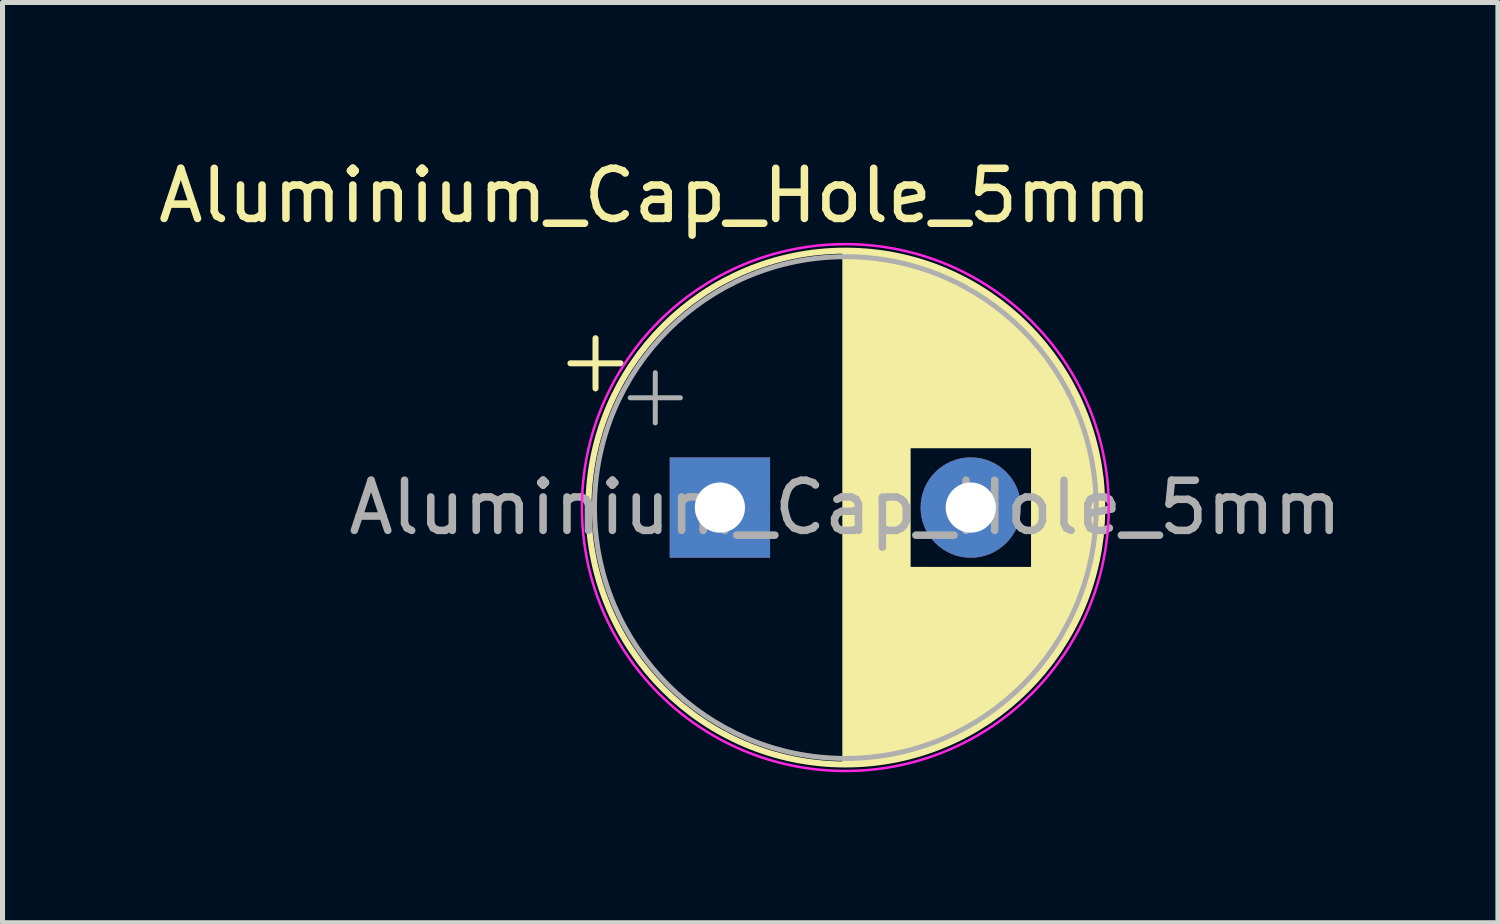
<source format=kicad_pcb>
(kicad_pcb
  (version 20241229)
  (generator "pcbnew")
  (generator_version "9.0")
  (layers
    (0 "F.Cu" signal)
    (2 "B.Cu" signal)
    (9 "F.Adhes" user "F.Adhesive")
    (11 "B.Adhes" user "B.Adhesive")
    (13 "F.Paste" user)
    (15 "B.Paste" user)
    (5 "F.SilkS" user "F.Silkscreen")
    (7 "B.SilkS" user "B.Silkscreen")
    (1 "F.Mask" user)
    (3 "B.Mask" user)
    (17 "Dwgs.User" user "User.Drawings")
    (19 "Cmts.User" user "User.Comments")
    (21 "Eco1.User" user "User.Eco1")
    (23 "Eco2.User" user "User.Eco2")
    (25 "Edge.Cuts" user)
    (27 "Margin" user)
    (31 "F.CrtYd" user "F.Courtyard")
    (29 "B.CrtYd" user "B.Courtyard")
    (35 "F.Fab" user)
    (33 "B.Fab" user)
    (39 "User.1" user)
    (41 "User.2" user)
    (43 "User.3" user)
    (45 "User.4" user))
  (footprint "Aluminium_Cap_Hole_5mm"
    (layer "F.Cu")
    (at 13.74 7.097)
    (property "Reference" "Aluminium_Cap_Hole_5mm" (at -3.734 -6.248 0) (layer "F.SilkS") (effects (font (size 1 1) (thickness 0.15))))
    (attr through_hole)
    (fp_line (start -5.421 -2.906) (end -4.421 -2.906) (stroke (width 0.12) (type solid)) (layer "F.SilkS"))
    (fp_line (start -4.921 -3.406) (end -4.921 -2.406) (stroke (width 0.12) (type solid)) (layer "F.SilkS"))
    (fp_line (start 0.058 -5.111) (end 0.058 5.049) (stroke (width 0.12) (type solid)) (layer "F.SilkS"))
    (fp_line (start 0.098 -5.111) (end 0.098 5.049) (stroke (width 0.12) (type solid)) (layer "F.SilkS"))
    (fp_line (start 0.138 -5.111) (end 0.138 5.049) (stroke (width 0.12) (type solid)) (layer "F.SilkS"))
    (fp_line (start 0.178 -5.11) (end 0.178 5.048) (stroke (width 0.12) (type solid)) (layer "F.SilkS"))
    (fp_line (start 0.218 -5.109) (end 0.218 5.047) (stroke (width 0.12) (type solid)) (layer "F.SilkS"))
    (fp_line (start 0.258 -5.108) (end 0.258 5.046) (stroke (width 0.12) (type solid)) (layer "F.SilkS"))
    (fp_line (start 0.298 -5.106) (end 0.298 5.044) (stroke (width 0.12) (type solid)) (layer "F.SilkS"))
    (fp_line (start 0.338 -5.104) (end 0.338 5.042) (stroke (width 0.12) (type solid)) (layer "F.SilkS"))
    (fp_line (start 0.378 -5.101) (end 0.378 5.039) (stroke (width 0.12) (type solid)) (layer "F.SilkS"))
    (fp_line (start 0.418 -5.099) (end 0.418 5.037) (stroke (width 0.12) (type solid)) (layer "F.SilkS"))
    (fp_line (start 0.458 -5.096) (end 0.458 5.034) (stroke (width 0.12) (type solid)) (layer "F.SilkS"))
    (fp_line (start 0.498 -5.093) (end 0.498 5.031) (stroke (width 0.12) (type solid)) (layer "F.SilkS"))
    (fp_line (start 0.538 -5.089) (end 0.538 5.027) (stroke (width 0.12) (type solid)) (layer "F.SilkS"))
    (fp_line (start 0.578 -5.085) (end 0.578 5.023) (stroke (width 0.12) (type solid)) (layer "F.SilkS"))
    (fp_line (start 0.618 -5.081) (end 0.618 5.019) (stroke (width 0.12) (type solid)) (layer "F.SilkS"))
    (fp_line (start 0.658 -5.076) (end 0.658 5.014) (stroke (width 0.12) (type solid)) (layer "F.SilkS"))
    (fp_line (start 0.698 -5.071) (end 0.698 5.009) (stroke (width 0.12) (type solid)) (layer "F.SilkS"))
    (fp_line (start 0.738 -5.066) (end 0.738 5.004) (stroke (width 0.12) (type solid)) (layer "F.SilkS"))
    (fp_line (start 0.779 -5.061) (end 0.779 4.999) (stroke (width 0.12) (type solid)) (layer "F.SilkS"))
    (fp_line (start 0.819 -5.055) (end 0.819 4.993) (stroke (width 0.12) (type solid)) (layer "F.SilkS"))
    (fp_line (start 0.859 -5.049) (end 0.859 4.987) (stroke (width 0.12) (type solid)) (layer "F.SilkS"))
    (fp_line (start 0.899 -5.042) (end 0.899 4.98) (stroke (width 0.12) (type solid)) (layer "F.SilkS"))
    (fp_line (start 0.939 -5.035) (end 0.939 4.973) (stroke (width 0.12) (type solid)) (layer "F.SilkS"))
    (fp_line (start 0.979 -5.028) (end 0.979 4.966) (stroke (width 0.12) (type solid)) (layer "F.SilkS"))
    (fp_line (start 1.019 -5.021) (end 1.019 4.959) (stroke (width 0.12) (type solid)) (layer "F.SilkS"))
    (fp_line (start 1.059 -5.013) (end 1.059 4.951) (stroke (width 0.12) (type solid)) (layer "F.SilkS"))
    (fp_line (start 1.099 -5.005) (end 1.099 4.943) (stroke (width 0.12) (type solid)) (layer "F.SilkS"))
    (fp_line (start 1.139 -4.996) (end 1.139 4.934) (stroke (width 0.12) (type solid)) (layer "F.SilkS"))
    (fp_line (start 1.179 -4.987) (end 1.179 4.925) (stroke (width 0.12) (type solid)) (layer "F.SilkS"))
    (fp_line (start 1.219 -4.978) (end 1.219 4.916) (stroke (width 0.12) (type solid)) (layer "F.SilkS"))
    (fp_line (start 1.259 -4.969) (end 1.259 4.907) (stroke (width 0.12) (type solid)) (layer "F.SilkS"))
    (fp_line (start 1.299 -4.959) (end 1.299 4.897) (stroke (width 0.12) (type solid)) (layer "F.SilkS"))
    (fp_line (start 1.339 -4.949) (end 1.339 -1.272) (stroke (width 0.12) (type solid)) (layer "F.SilkS"))
    (fp_line (start 1.339 1.21) (end 1.339 4.887) (stroke (width 0.12) (type solid)) (layer "F.SilkS"))
    (fp_line (start 1.379 -4.938) (end 1.379 -1.272) (stroke (width 0.12) (type solid)) (layer "F.SilkS"))
    (fp_line (start 1.379 1.21) (end 1.379 4.876) (stroke (width 0.12) (type solid)) (layer "F.SilkS"))
    (fp_line (start 1.419 -4.928) (end 1.419 -1.272) (stroke (width 0.12) (type solid)) (layer "F.SilkS"))
    (fp_line (start 1.419 1.21) (end 1.419 4.866) (stroke (width 0.12) (type solid)) (layer "F.SilkS"))
    (fp_line (start 1.459 -4.916) (end 1.459 -1.272) (stroke (width 0.12) (type solid)) (layer "F.SilkS"))
    (fp_line (start 1.459 1.21) (end 1.459 4.854) (stroke (width 0.12) (type solid)) (layer "F.SilkS"))
    (fp_line (start 1.499 -4.905) (end 1.499 -1.272) (stroke (width 0.12) (type solid)) (layer "F.SilkS"))
    (fp_line (start 1.499 1.21) (end 1.499 4.843) (stroke (width 0.12) (type solid)) (layer "F.SilkS"))
    (fp_line (start 1.539 -4.893) (end 1.539 -1.272) (stroke (width 0.12) (type solid)) (layer "F.SilkS"))
    (fp_line (start 1.539 1.21) (end 1.539 4.831) (stroke (width 0.12) (type solid)) (layer "F.SilkS"))
    (fp_line (start 1.579 -4.881) (end 1.579 -1.272) (stroke (width 0.12) (type solid)) (layer "F.SilkS"))
    (fp_line (start 1.579 1.21) (end 1.579 4.819) (stroke (width 0.12) (type solid)) (layer "F.SilkS"))
    (fp_line (start 1.619 -4.868) (end 1.619 -1.272) (stroke (width 0.12) (type solid)) (layer "F.SilkS"))
    (fp_line (start 1.619 1.21) (end 1.619 4.806) (stroke (width 0.12) (type solid)) (layer "F.SilkS"))
    (fp_line (start 1.659 -4.855) (end 1.659 -1.272) (stroke (width 0.12) (type solid)) (layer "F.SilkS"))
    (fp_line (start 1.659 1.21) (end 1.659 4.793) (stroke (width 0.12) (type solid)) (layer "F.SilkS"))
    (fp_line (start 1.699 -4.842) (end 1.699 -1.272) (stroke (width 0.12) (type solid)) (layer "F.SilkS"))
    (fp_line (start 1.699 1.21) (end 1.699 4.78) (stroke (width 0.12) (type solid)) (layer "F.SilkS"))
    (fp_line (start 1.739 -4.828) (end 1.739 -1.272) (stroke (width 0.12) (type solid)) (layer "F.SilkS"))
    (fp_line (start 1.739 1.21) (end 1.739 4.766) (stroke (width 0.12) (type solid)) (layer "F.SilkS"))
    (fp_line (start 1.779 -4.814) (end 1.779 -1.272) (stroke (width 0.12) (type solid)) (layer "F.SilkS"))
    (fp_line (start 1.779 1.21) (end 1.779 4.752) (stroke (width 0.12) (type solid)) (layer "F.SilkS"))
    (fp_line (start 1.819 -4.799) (end 1.819 -1.272) (stroke (width 0.12) (type solid)) (layer "F.SilkS"))
    (fp_line (start 1.819 1.21) (end 1.819 4.737) (stroke (width 0.12) (type solid)) (layer "F.SilkS"))
    (fp_line (start 1.859 -4.785) (end 1.859 -1.272) (stroke (width 0.12) (type solid)) (layer "F.SilkS"))
    (fp_line (start 1.859 1.21) (end 1.859 4.723) (stroke (width 0.12) (type solid)) (layer "F.SilkS"))
    (fp_line (start 1.899 -4.769) (end 1.899 -1.272) (stroke (width 0.12) (type solid)) (layer "F.SilkS"))
    (fp_line (start 1.899 1.21) (end 1.899 4.707) (stroke (width 0.12) (type solid)) (layer "F.SilkS"))
    (fp_line (start 1.939 -4.754) (end 1.939 -1.272) (stroke (width 0.12) (type solid)) (layer "F.SilkS"))
    (fp_line (start 1.939 1.21) (end 1.939 4.692) (stroke (width 0.12) (type solid)) (layer "F.SilkS"))
    (fp_line (start 1.979 -4.738) (end 1.979 -1.272) (stroke (width 0.12) (type solid)) (layer "F.SilkS"))
    (fp_line (start 1.979 1.21) (end 1.979 4.676) (stroke (width 0.12) (type solid)) (layer "F.SilkS"))
    (fp_line (start 2.019 -4.721) (end 2.019 -1.272) (stroke (width 0.12) (type solid)) (layer "F.SilkS"))
    (fp_line (start 2.019 1.21) (end 2.019 4.659) (stroke (width 0.12) (type solid)) (layer "F.SilkS"))
    (fp_line (start 2.059 -4.705) (end 2.059 -1.272) (stroke (width 0.12) (type solid)) (layer "F.SilkS"))
    (fp_line (start 2.059 1.21) (end 2.059 4.643) (stroke (width 0.12) (type solid)) (layer "F.SilkS"))
    (fp_line (start 2.099 -4.688) (end 2.099 -1.272) (stroke (width 0.12) (type solid)) (layer "F.SilkS"))
    (fp_line (start 2.099 1.21) (end 2.099 4.626) (stroke (width 0.12) (type solid)) (layer "F.SilkS"))
    (fp_line (start 2.139 -4.67) (end 2.139 -1.272) (stroke (width 0.12) (type solid)) (layer "F.SilkS"))
    (fp_line (start 2.139 1.21) (end 2.139 4.608) (stroke (width 0.12) (type solid)) (layer "F.SilkS"))
    (fp_line (start 2.179 -4.652) (end 2.179 -1.272) (stroke (width 0.12) (type solid)) (layer "F.SilkS"))
    (fp_line (start 2.179 1.21) (end 2.179 4.59) (stroke (width 0.12) (type solid)) (layer "F.SilkS"))
    (fp_line (start 2.219 -4.634) (end 2.219 -1.272) (stroke (width 0.12) (type solid)) (layer "F.SilkS"))
    (fp_line (start 2.219 1.21) (end 2.219 4.572) (stroke (width 0.12) (type solid)) (layer "F.SilkS"))
    (fp_line (start 2.259 -4.615) (end 2.259 -1.272) (stroke (width 0.12) (type solid)) (layer "F.SilkS"))
    (fp_line (start 2.259 1.21) (end 2.259 4.553) (stroke (width 0.12) (type solid)) (layer "F.SilkS"))
    (fp_line (start 2.299 -4.595) (end 2.299 -1.272) (stroke (width 0.12) (type solid)) (layer "F.SilkS"))
    (fp_line (start 2.299 1.21) (end 2.299 4.533) (stroke (width 0.12) (type solid)) (layer "F.SilkS"))
    (fp_line (start 2.339 -4.576) (end 2.339 -1.272) (stroke (width 0.12) (type solid)) (layer "F.SilkS"))
    (fp_line (start 2.339 1.21) (end 2.339 4.514) (stroke (width 0.12) (type solid)) (layer "F.SilkS"))
    (fp_line (start 2.379 -4.556) (end 2.379 -1.272) (stroke (width 0.12) (type solid)) (layer "F.SilkS"))
    (fp_line (start 2.379 1.21) (end 2.379 4.494) (stroke (width 0.12) (type solid)) (layer "F.SilkS"))
    (fp_line (start 2.419 -4.535) (end 2.419 -1.272) (stroke (width 0.12) (type solid)) (layer "F.SilkS"))
    (fp_line (start 2.419 1.21) (end 2.419 4.473) (stroke (width 0.12) (type solid)) (layer "F.SilkS"))
    (fp_line (start 2.459 -4.514) (end 2.459 -1.272) (stroke (width 0.12) (type solid)) (layer "F.SilkS"))
    (fp_line (start 2.459 1.21) (end 2.459 4.452) (stroke (width 0.12) (type solid)) (layer "F.SilkS"))
    (fp_line (start 2.499 -4.493) (end 2.499 -1.272) (stroke (width 0.12) (type solid)) (layer "F.SilkS"))
    (fp_line (start 2.499 1.21) (end 2.499 4.431) (stroke (width 0.12) (type solid)) (layer "F.SilkS"))
    (fp_line (start 2.539 -4.471) (end 2.539 -1.272) (stroke (width 0.12) (type solid)) (layer "F.SilkS"))
    (fp_line (start 2.539 1.21) (end 2.539 4.409) (stroke (width 0.12) (type solid)) (layer "F.SilkS"))
    (fp_line (start 2.579 -4.448) (end 2.579 -1.272) (stroke (width 0.12) (type solid)) (layer "F.SilkS"))
    (fp_line (start 2.579 1.21) (end 2.579 4.386) (stroke (width 0.12) (type solid)) (layer "F.SilkS"))
    (fp_line (start 2.619 -4.426) (end 2.619 -1.272) (stroke (width 0.12) (type solid)) (layer "F.SilkS"))
    (fp_line (start 2.619 1.21) (end 2.619 4.364) (stroke (width 0.12) (type solid)) (layer "F.SilkS"))
    (fp_line (start 2.659 -4.402) (end 2.659 -1.272) (stroke (width 0.12) (type solid)) (layer "F.SilkS"))
    (fp_line (start 2.659 1.21) (end 2.659 4.34) (stroke (width 0.12) (type solid)) (layer "F.SilkS"))
    (fp_line (start 2.699 -4.378) (end 2.699 -1.272) (stroke (width 0.12) (type solid)) (layer "F.SilkS"))
    (fp_line (start 2.699 1.21) (end 2.699 4.316) (stroke (width 0.12) (type solid)) (layer "F.SilkS"))
    (fp_line (start 2.739 -4.354) (end 2.739 -1.272) (stroke (width 0.12) (type solid)) (layer "F.SilkS"))
    (fp_line (start 2.739 1.21) (end 2.739 4.292) (stroke (width 0.12) (type solid)) (layer "F.SilkS"))
    (fp_line (start 2.779 -4.329) (end 2.779 -1.272) (stroke (width 0.12) (type solid)) (layer "F.SilkS"))
    (fp_line (start 2.779 1.21) (end 2.779 4.267) (stroke (width 0.12) (type solid)) (layer "F.SilkS"))
    (fp_line (start 2.819 -4.304) (end 2.819 -1.272) (stroke (width 0.12) (type solid)) (layer "F.SilkS"))
    (fp_line (start 2.819 1.21) (end 2.819 4.242) (stroke (width 0.12) (type solid)) (layer "F.SilkS"))
    (fp_line (start 2.859 -4.278) (end 2.859 -1.272) (stroke (width 0.12) (type solid)) (layer "F.SilkS"))
    (fp_line (start 2.859 1.21) (end 2.859 4.216) (stroke (width 0.12) (type solid)) (layer "F.SilkS"))
    (fp_line (start 2.899 -4.252) (end 2.899 -1.272) (stroke (width 0.12) (type solid)) (layer "F.SilkS"))
    (fp_line (start 2.899 1.21) (end 2.899 4.19) (stroke (width 0.12) (type solid)) (layer "F.SilkS"))
    (fp_line (start 2.939 -4.225) (end 2.939 -1.272) (stroke (width 0.12) (type solid)) (layer "F.SilkS"))
    (fp_line (start 2.939 1.21) (end 2.939 4.163) (stroke (width 0.12) (type solid)) (layer "F.SilkS"))
    (fp_line (start 2.979 -4.197) (end 2.979 -1.272) (stroke (width 0.12) (type solid)) (layer "F.SilkS"))
    (fp_line (start 2.979 1.21) (end 2.979 4.135) (stroke (width 0.12) (type solid)) (layer "F.SilkS"))
    (fp_line (start 3.019 -4.169) (end 3.019 -1.272) (stroke (width 0.12) (type solid)) (layer "F.SilkS"))
    (fp_line (start 3.019 1.21) (end 3.019 4.107) (stroke (width 0.12) (type solid)) (layer "F.SilkS"))
    (fp_line (start 3.059 -4.141) (end 3.059 -1.272) (stroke (width 0.12) (type solid)) (layer "F.SilkS"))
    (fp_line (start 3.059 1.21) (end 3.059 4.079) (stroke (width 0.12) (type solid)) (layer "F.SilkS"))
    (fp_line (start 3.099 -4.111) (end 3.099 -1.272) (stroke (width 0.12) (type solid)) (layer "F.SilkS"))
    (fp_line (start 3.099 1.21) (end 3.099 4.049) (stroke (width 0.12) (type solid)) (layer "F.SilkS"))
    (fp_line (start 3.139 -4.081) (end 3.139 -1.272) (stroke (width 0.12) (type solid)) (layer "F.SilkS"))
    (fp_line (start 3.139 1.21) (end 3.139 4.019) (stroke (width 0.12) (type solid)) (layer "F.SilkS"))
    (fp_line (start 3.179 -4.051) (end 3.179 -1.272) (stroke (width 0.12) (type solid)) (layer "F.SilkS"))
    (fp_line (start 3.179 1.21) (end 3.179 3.989) (stroke (width 0.12) (type solid)) (layer "F.SilkS"))
    (fp_line (start 3.219 -4.02) (end 3.219 -1.272) (stroke (width 0.12) (type solid)) (layer "F.SilkS"))
    (fp_line (start 3.219 1.21) (end 3.219 3.958) (stroke (width 0.12) (type solid)) (layer "F.SilkS"))
    (fp_line (start 3.259 -3.988) (end 3.259 -1.272) (stroke (width 0.12) (type solid)) (layer "F.SilkS"))
    (fp_line (start 3.259 1.21) (end 3.259 3.926) (stroke (width 0.12) (type solid)) (layer "F.SilkS"))
    (fp_line (start 3.299 -3.956) (end 3.299 -1.272) (stroke (width 0.12) (type solid)) (layer "F.SilkS"))
    (fp_line (start 3.299 1.21) (end 3.299 3.894) (stroke (width 0.12) (type solid)) (layer "F.SilkS"))
    (fp_line (start 3.339 -3.923) (end 3.339 -1.272) (stroke (width 0.12) (type solid)) (layer "F.SilkS"))
    (fp_line (start 3.339 1.21) (end 3.339 3.861) (stroke (width 0.12) (type solid)) (layer "F.SilkS"))
    (fp_line (start 3.379 -3.889) (end 3.379 -1.272) (stroke (width 0.12) (type solid)) (layer "F.SilkS"))
    (fp_line (start 3.379 1.21) (end 3.379 3.827) (stroke (width 0.12) (type solid)) (layer "F.SilkS"))
    (fp_line (start 3.419 -3.855) (end 3.419 -1.272) (stroke (width 0.12) (type solid)) (layer "F.SilkS"))
    (fp_line (start 3.419 1.21) (end 3.419 3.793) (stroke (width 0.12) (type solid)) (layer "F.SilkS"))
    (fp_line (start 3.459 -3.82) (end 3.459 -1.272) (stroke (width 0.12) (type solid)) (layer "F.SilkS"))
    (fp_line (start 3.459 1.21) (end 3.459 3.758) (stroke (width 0.12) (type solid)) (layer "F.SilkS"))
    (fp_line (start 3.499 -3.784) (end 3.499 -1.272) (stroke (width 0.12) (type solid)) (layer "F.SilkS"))
    (fp_line (start 3.499 1.21) (end 3.499 3.722) (stroke (width 0.12) (type solid)) (layer "F.SilkS"))
    (fp_line (start 3.539 -3.747) (end 3.539 -1.272) (stroke (width 0.12) (type solid)) (layer "F.SilkS"))
    (fp_line (start 3.539 1.21) (end 3.539 3.685) (stroke (width 0.12) (type solid)) (layer "F.SilkS"))
    (fp_line (start 3.579 -3.71) (end 3.579 -1.272) (stroke (width 0.12) (type solid)) (layer "F.SilkS"))
    (fp_line (start 3.579 1.21) (end 3.579 3.648) (stroke (width 0.12) (type solid)) (layer "F.SilkS"))
    (fp_line (start 3.619 -3.671) (end 3.619 -1.272) (stroke (width 0.12) (type solid)) (layer "F.SilkS"))
    (fp_line (start 3.619 1.21) (end 3.619 3.609) (stroke (width 0.12) (type solid)) (layer "F.SilkS"))
    (fp_line (start 3.659 -3.632) (end 3.659 -1.272) (stroke (width 0.12) (type solid)) (layer "F.SilkS"))
    (fp_line (start 3.659 1.21) (end 3.659 3.57) (stroke (width 0.12) (type solid)) (layer "F.SilkS"))
    (fp_line (start 3.699 -3.592) (end 3.699 -1.272) (stroke (width 0.12) (type solid)) (layer "F.SilkS"))
    (fp_line (start 3.699 1.21) (end 3.699 3.53) (stroke (width 0.12) (type solid)) (layer "F.SilkS"))
    (fp_line (start 3.739 -3.551) (end 3.739 -1.272) (stroke (width 0.12) (type solid)) (layer "F.SilkS"))
    (fp_line (start 3.739 1.21) (end 3.739 3.489) (stroke (width 0.12) (type solid)) (layer "F.SilkS"))
    (fp_line (start 3.779 -3.509) (end 3.779 -1.272) (stroke (width 0.12) (type solid)) (layer "F.SilkS"))
    (fp_line (start 3.779 1.21) (end 3.779 3.447) (stroke (width 0.12) (type solid)) (layer "F.SilkS"))
    (fp_line (start 3.819 -3.467) (end 3.819 3.405) (stroke (width 0.12) (type solid)) (layer "F.SilkS"))
    (fp_line (start 3.859 -3.423) (end 3.859 3.361) (stroke (width 0.12) (type solid)) (layer "F.SilkS"))
    (fp_line (start 3.899 -3.378) (end 3.899 3.316) (stroke (width 0.12) (type solid)) (layer "F.SilkS"))
    (fp_line (start 3.939 -3.332) (end 3.939 3.27) (stroke (width 0.12) (type solid)) (layer "F.SilkS"))
    (fp_line (start 3.979 -3.285) (end 3.979 3.223) (stroke (width 0.12) (type solid)) (layer "F.SilkS"))
    (fp_line (start 4.019 -3.237) (end 4.019 3.175) (stroke (width 0.12) (type solid)) (layer "F.SilkS"))
    (fp_line (start 4.059 -3.187) (end 4.059 3.125) (stroke (width 0.12) (type solid)) (layer "F.SilkS"))
    (fp_line (start 4.099 -3.137) (end 4.099 3.075) (stroke (width 0.12) (type solid)) (layer "F.SilkS"))
    (fp_line (start 4.139 -3.085) (end 4.139 3.023) (stroke (width 0.12) (type solid)) (layer "F.SilkS"))
    (fp_line (start 4.179 -3.031) (end 4.179 2.969) (stroke (width 0.12) (type solid)) (layer "F.SilkS"))
    (fp_line (start 4.219 -2.976) (end 4.219 2.914) (stroke (width 0.12) (type solid)) (layer "F.SilkS"))
    (fp_line (start 4.259 -2.92) (end 4.259 2.858) (stroke (width 0.12) (type solid)) (layer "F.SilkS"))
    (fp_line (start 4.299 -2.861) (end 4.299 2.799) (stroke (width 0.12) (type solid)) (layer "F.SilkS"))
    (fp_line (start 4.339 -2.801) (end 4.339 2.739) (stroke (width 0.12) (type solid)) (layer "F.SilkS"))
    (fp_line (start 4.379 -2.74) (end 4.379 2.678) (stroke (width 0.12) (type solid)) (layer "F.SilkS"))
    (fp_line (start 4.419 -2.676) (end 4.419 2.614) (stroke (width 0.12) (type solid)) (layer "F.SilkS"))
    (fp_line (start 4.459 -2.61) (end 4.459 2.548) (stroke (width 0.12) (type solid)) (layer "F.SilkS"))
    (fp_line (start 4.499 -2.541) (end 4.499 2.479) (stroke (width 0.12) (type solid)) (layer "F.SilkS"))
    (fp_line (start 4.539 -2.47) (end 4.539 2.408) (stroke (width 0.12) (type solid)) (layer "F.SilkS"))
    (fp_line (start 4.579 -2.396) (end 4.579 2.334) (stroke (width 0.12) (type solid)) (layer "F.SilkS"))
    (fp_line (start 4.619 -2.32) (end 4.619 2.258) (stroke (width 0.12) (type solid)) (layer "F.SilkS"))
    (fp_line (start 4.659 -2.24) (end 4.659 2.178) (stroke (width 0.12) (type solid)) (layer "F.SilkS"))
    (fp_line (start 4.699 -2.156) (end 4.699 2.094) (stroke (width 0.12) (type solid)) (layer "F.SilkS"))
    (fp_line (start 4.739 -2.068) (end 4.739 2.006) (stroke (width 0.12) (type solid)) (layer "F.SilkS"))
    (fp_line (start 4.779 -1.975) (end 4.779 1.913) (stroke (width 0.12) (type solid)) (layer "F.SilkS"))
    (fp_line (start 4.819 -1.877) (end 4.819 1.815) (stroke (width 0.12) (type solid)) (layer "F.SilkS"))
    (fp_line (start 4.859 -1.773) (end 4.859 1.711) (stroke (width 0.12) (type solid)) (layer "F.SilkS"))
    (fp_line (start 4.899 -1.661) (end 4.899 1.599) (stroke (width 0.12) (type solid)) (layer "F.SilkS"))
    (fp_line (start 4.939 -1.541) (end 4.939 1.479) (stroke (width 0.12) (type solid)) (layer "F.SilkS"))
    (fp_line (start 4.979 -1.409) (end 4.979 1.347) (stroke (width 0.12) (type solid)) (layer "F.SilkS"))
    (fp_line (start 5.019 -1.261) (end 5.019 1.199) (stroke (width 0.12) (type solid)) (layer "F.SilkS"))
    (fp_line (start 5.059 -1.093) (end 5.059 1.031) (stroke (width 0.12) (type solid)) (layer "F.SilkS"))
    (fp_line (start 5.099 -0.893) (end 5.099 0.831) (stroke (width 0.12) (type solid)) (layer "F.SilkS"))
    (fp_line (start 5.139 -0.63) (end 5.139 0.568) (stroke (width 0.12) (type solid)) (layer "F.SilkS"))
    (fp_circle (center 0.058 -0.031) (end 5.178 -0.031) (stroke (width 0.12) (type solid)) (fill no) (layer "F.SilkS"))
    (fp_circle (center 0.058 -0.031) (end 5.308 -0.031) (stroke (width 0.05) (type solid)) (fill no) (layer "F.CrtYd"))
    (fp_line (start -4.23 -2.219) (end -3.23 -2.219) (stroke (width 0.1) (type solid)) (layer "F.Fab"))
    (fp_line (start -3.73 -2.719) (end -3.73 -1.719) (stroke (width 0.1) (type solid)) (layer "F.Fab"))
    (fp_circle (center 0.058 -0.031) (end 5.058 -0.031) (stroke (width 0.1) (type solid)) (fill no) (layer "F.Fab"))
    (fp_text user "${REFERENCE}" (at 0.058 -0.031 0) (layer "F.Fab") (effects (font (size 1 1) (thickness 0.15))))
    (pad "1" thru_hole rect (at -2.442 -0.031) (size 2 2) (drill 1) (layers "*.Cu" "*.Mask"))
    (pad "2" thru_hole circle (at 2.558 -0.031) (size 2 2) (drill 1) (layers "*.Cu" "*.Mask")))
  (gr_rect
    (start -3 -3)
    (end 26.804 15.34)
    (stroke (width 0.1) (type default))
    (fill no)
    (layer "Edge.Cuts")))
</source>
